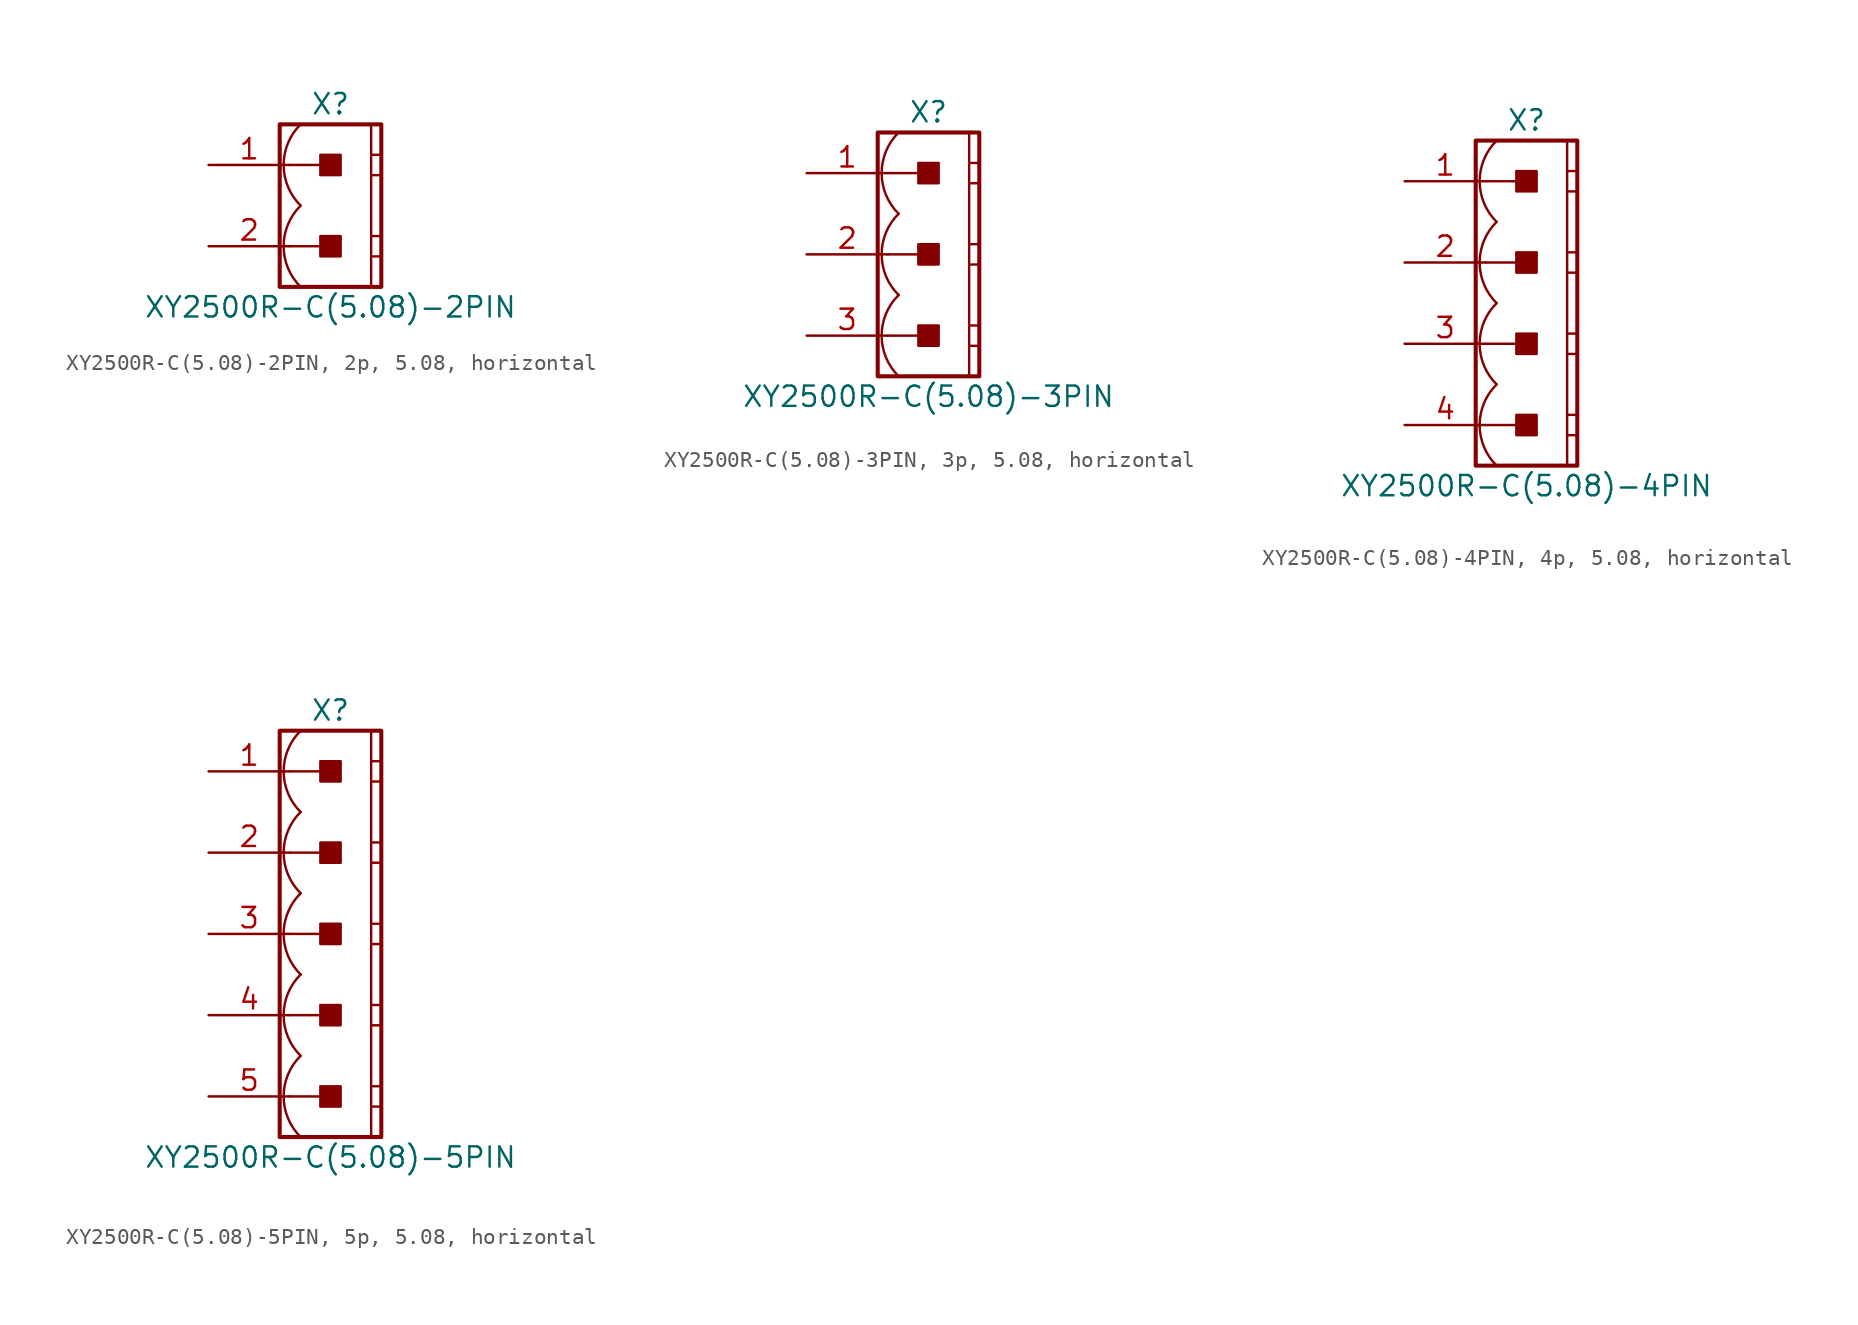
<source format=kicad_sym>
(kicad_symbol_lib
  (version 20241209)
  (generator "kicad_symbol_editor")
  (generator_version "9.0")
  (symbol "XY2500R-C(5.08)-2PIN, 2p, 5.08, horizontal"
    (pin_names
      (offset 1.016)
      (hide yes))
    (property "Reference" "X"
      (at 0 6.35 0)
      (effects (font (size 1.27 1.27))))
    (property "Value" "XY2500R-C(5.08)-2PIN"
      (at 0 -6.35 0)
      (effects (font (size 1.27 1.27))))
    (symbol "XY2500R-C(5.08)-2PIN, 2p, 5.08, horizontal_0_1"
      (polyline (pts (xy 2.54 5.08) (xy 2.54 -5.08)) (stroke (width 0.152) (type default)) (fill (type none)))
      (polyline (pts (xy 2.54 3.175) (xy 3.175 3.175)) (stroke (width 0.152) (type default)) (fill (type none)))
      (polyline (pts (xy 2.54 1.905) (xy 3.175 1.905)) (stroke (width 0.152) (type default)) (fill (type none)))
      (polyline (pts (xy 2.54 -1.905) (xy 3.175 -1.905)) (stroke (width 0.152) (type default)) (fill (type none)))
      (polyline (pts (xy 2.54 -3.175) (xy 3.175 -3.175)) (stroke (width 0.152) (type default)) (fill (type none))))
    (symbol "XY2500R-C(5.08)-2PIN, 2p, 5.08, horizontal_1_0"
      (polyline (pts (xy -2.54 2.54) (xy 0 2.54)) (stroke (width 0.152) (type default)) (fill (type none)))
      (polyline (pts (xy -2.54 -2.54) (xy 0 -2.54)) (stroke (width 0.152) (type default)) (fill (type none))))
    (symbol "XY2500R-C(5.08)-2PIN, 2p, 5.08, horizontal_1_1"
      (rectangle (start -3.175 5.08) (end 3.175 -5.08) (stroke (width 0.254) (type default)) (fill (type none)))
      (rectangle (start -0.635 1.905) (end 0.635 3.175) (stroke (width 0.152) (type default)) (fill (type outline)))
      (rectangle (start -0.635 -3.175) (end 0.635 -1.905) (stroke (width 0.152) (type default)) (fill (type outline)))
      (arc (start -1.8664 0) (mid -2.9299 2.54) (end -1.8664 5.08) (stroke (width 0.1524) (type default)) (fill (type none)))
      (arc (start -1.8664 -5.08) (mid -2.9299 -2.54) (end -1.8664 0) (stroke (width 0.1524) (type default)) (fill (type none)))
      (pin passive line (at -7.62 2.54 0) (length 5.08) (name "1" (effects (font (size 1.27 1.27)))) (number "1" (effects (font (size 1.27 1.27)))))
      (pin passive line (at -7.62 -2.54 0) (length 5.08) (name "2" (effects (font (size 1.27 1.27)))) (number "2" (effects (font (size 1.27 1.27)))))))
  (symbol "XY2500R-C(5.08)-3PIN, 3p, 5.08, horizontal"
    (pin_names
      (offset 1.016)
      (hide yes))
    (property "Reference" "X"
      (at 0 8.89 0)
      (effects (font (size 1.27 1.27))))
    (property "Value" "XY2500R-C(5.08)-3PIN"
      (at 0 -8.89 0)
      (effects (font (size 1.27 1.27))))
    (symbol "XY2500R-C(5.08)-3PIN, 3p, 5.08, horizontal_0_1"
      (polyline (pts (xy 2.54 7.62) (xy 2.54 -7.62)) (stroke (width 0.152) (type default)) (fill (type none)))
      (polyline (pts (xy 2.54 5.715) (xy 3.175 5.715)) (stroke (width 0.152) (type default)) (fill (type none)))
      (polyline (pts (xy 2.54 4.445) (xy 3.175 4.445)) (stroke (width 0.152) (type default)) (fill (type none)))
      (polyline (pts (xy 2.54 0.635) (xy 3.175 0.635)) (stroke (width 0.152) (type default)) (fill (type none)))
      (polyline (pts (xy 2.54 -0.635) (xy 3.175 -0.635)) (stroke (width 0.152) (type default)) (fill (type none)))
      (polyline (pts (xy 2.54 -4.445) (xy 3.175 -4.445)) (stroke (width 0.152) (type default)) (fill (type none)))
      (polyline (pts (xy 2.54 -5.715) (xy 3.175 -5.715)) (stroke (width 0.152) (type default)) (fill (type none))))
    (symbol "XY2500R-C(5.08)-3PIN, 3p, 5.08, horizontal_1_0"
      (polyline (pts (xy -2.54 5.08) (xy 0 5.08)) (stroke (width 0.152) (type default)) (fill (type none)))
      (polyline (pts (xy -2.54 0) (xy 0 0)) (stroke (width 0.152) (type default)) (fill (type none)))
      (polyline (pts (xy -2.54 -5.08) (xy 0 -5.08)) (stroke (width 0.152) (type default)) (fill (type none))))
    (symbol "XY2500R-C(5.08)-3PIN, 3p, 5.08, horizontal_1_1"
      (rectangle (start -3.175 7.62) (end 3.175 -7.62) (stroke (width 0.254) (type default)) (fill (type none)))
      (rectangle (start -0.635 4.445) (end 0.635 5.715) (stroke (width 0.152) (type default)) (fill (type outline)))
      (rectangle (start -0.635 -0.635) (end 0.635 0.635) (stroke (width 0.152) (type default)) (fill (type outline)))
      (rectangle (start -0.635 -5.715) (end 0.635 -4.445) (stroke (width 0.152) (type default)) (fill (type outline)))
      (arc (start -1.8664 2.54) (mid -2.9299 5.08) (end -1.8664 7.62) (stroke (width 0.1524) (type default)) (fill (type none)))
      (arc (start -1.8664 -2.54) (mid -2.9299 0) (end -1.8664 2.54) (stroke (width 0.1524) (type default)) (fill (type none)))
      (arc (start -1.8664 -7.62) (mid -2.9299 -5.08) (end -1.8664 -2.54) (stroke (width 0.1524) (type default)) (fill (type none)))
      (pin passive line (at -7.62 5.08 0) (length 5.08) (name "1" (effects (font (size 1.27 1.27)))) (number "1" (effects (font (size 1.27 1.27)))))
      (pin passive line (at -7.62 0 0) (length 5.08) (name "2" (effects (font (size 1.27 1.27)))) (number "2" (effects (font (size 1.27 1.27)))))
      (pin passive line (at -7.62 -5.08 0) (length 5.08) (name "3" (effects (font (size 1.27 1.27)))) (number "3" (effects (font (size 1.27 1.27)))))))
  (symbol "XY2500R-C(5.08)-4PIN, 4p, 5.08, horizontal"
    (pin_names
      (offset 1.016)
      (hide yes))
    (property "Reference" "X"
      (at 0 11.43 0)
      (effects (font (size 1.27 1.27))))
    (property "Value" "XY2500R-C(5.08)-4PIN"
      (at 0 -11.43 0)
      (effects (font (size 1.27 1.27))))
    (symbol "XY2500R-C(5.08)-4PIN, 4p, 5.08, horizontal_0_1"
      (polyline (pts (xy 2.54 10.16) (xy 2.54 -10.16)) (stroke (width 0.152) (type default)) (fill (type none)))
      (polyline (pts (xy 2.54 8.255) (xy 3.175 8.255)) (stroke (width 0.152) (type default)) (fill (type none)))
      (polyline (pts (xy 2.54 6.985) (xy 3.175 6.985)) (stroke (width 0.152) (type default)) (fill (type none)))
      (polyline (pts (xy 2.54 3.175) (xy 3.175 3.175)) (stroke (width 0.152) (type default)) (fill (type none)))
      (polyline (pts (xy 2.54 1.905) (xy 3.175 1.905)) (stroke (width 0.152) (type default)) (fill (type none)))
      (polyline (pts (xy 2.54 -1.905) (xy 3.175 -1.905)) (stroke (width 0.152) (type default)) (fill (type none)))
      (polyline (pts (xy 2.54 -3.175) (xy 3.175 -3.175)) (stroke (width 0.152) (type default)) (fill (type none)))
      (polyline (pts (xy 2.54 -6.985) (xy 3.175 -6.985)) (stroke (width 0.152) (type default)) (fill (type none)))
      (polyline (pts (xy 2.54 -8.255) (xy 3.175 -8.255)) (stroke (width 0.152) (type default)) (fill (type none))))
    (symbol "XY2500R-C(5.08)-4PIN, 4p, 5.08, horizontal_1_0"
      (polyline (pts (xy -2.54 7.62) (xy 0 7.62)) (stroke (width 0.152) (type default)) (fill (type none)))
      (polyline (pts (xy -2.54 2.54) (xy 0 2.54)) (stroke (width 0.152) (type default)) (fill (type none)))
      (polyline (pts (xy -2.54 -2.54) (xy 0 -2.54)) (stroke (width 0.152) (type default)) (fill (type none)))
      (polyline (pts (xy -2.54 -7.62) (xy 0 -7.62)) (stroke (width 0.152) (type default)) (fill (type none))))
    (symbol "XY2500R-C(5.08)-4PIN, 4p, 5.08, horizontal_1_1"
      (rectangle (start -3.175 10.16) (end 3.175 -10.16) (stroke (width 0.254) (type default)) (fill (type none)))
      (rectangle (start -0.635 6.985) (end 0.635 8.255) (stroke (width 0.152) (type default)) (fill (type outline)))
      (rectangle (start -0.635 1.905) (end 0.635 3.175) (stroke (width 0.152) (type default)) (fill (type outline)))
      (rectangle (start -0.635 -3.175) (end 0.635 -1.905) (stroke (width 0.152) (type default)) (fill (type outline)))
      (rectangle (start -0.635 -8.255) (end 0.635 -6.985) (stroke (width 0.152) (type default)) (fill (type outline)))
      (arc (start -1.8664 5.08) (mid -2.9299 7.62) (end -1.8664 10.16) (stroke (width 0.1524) (type default)) (fill (type none)))
      (arc (start -1.8664 0) (mid -2.9299 2.54) (end -1.8664 5.08) (stroke (width 0.1524) (type default)) (fill (type none)))
      (arc (start -1.8664 -5.08) (mid -2.9299 -2.54) (end -1.8664 0) (stroke (width 0.1524) (type default)) (fill (type none)))
      (arc (start -1.8664 -10.16) (mid -2.9299 -7.62) (end -1.8664 -5.08) (stroke (width 0.1524) (type default)) (fill (type none)))
      (pin passive line (at -7.62 7.62 0) (length 5.08) (name "1" (effects (font (size 1.27 1.27)))) (number "1" (effects (font (size 1.27 1.27)))))
      (pin passive line (at -7.62 2.54 0) (length 5.08) (name "2" (effects (font (size 1.27 1.27)))) (number "2" (effects (font (size 1.27 1.27)))))
      (pin passive line (at -7.62 -2.54 0) (length 5.08) (name "3" (effects (font (size 1.27 1.27)))) (number "3" (effects (font (size 1.27 1.27)))))
      (pin passive line (at -7.62 -7.62 0) (length 5.08) (name "4" (effects (font (size 1.27 1.27)))) (number "4" (effects (font (size 1.27 1.27)))))))
  (symbol "XY2500R-C(5.08)-5PIN, 5p, 5.08, horizontal"
    (pin_names
      (offset 1.016)
      (hide yes))
    (property "Reference" "X"
      (at 0 13.97 0)
      (effects (font (size 1.27 1.27))))
    (property "Value" "XY2500R-C(5.08)-5PIN"
      (at 0 -13.97 0)
      (effects (font (size 1.27 1.27))))
    (symbol "XY2500R-C(5.08)-5PIN, 5p, 5.08, horizontal_0_1"
      (polyline (pts (xy 2.54 12.7) (xy 2.54 -12.7)) (stroke (width 0.152) (type default)) (fill (type none)))
      (polyline (pts (xy 2.54 10.795) (xy 3.175 10.795)) (stroke (width 0.152) (type default)) (fill (type none)))
      (polyline (pts (xy 2.54 9.525) (xy 3.175 9.525)) (stroke (width 0.152) (type default)) (fill (type none)))
      (polyline (pts (xy 2.54 5.715) (xy 3.175 5.715)) (stroke (width 0.152) (type default)) (fill (type none)))
      (polyline (pts (xy 2.54 4.445) (xy 3.175 4.445)) (stroke (width 0.152) (type default)) (fill (type none)))
      (polyline (pts (xy 2.54 0.635) (xy 3.175 0.635)) (stroke (width 0.152) (type default)) (fill (type none)))
      (polyline (pts (xy 2.54 -0.635) (xy 3.175 -0.635)) (stroke (width 0.152) (type default)) (fill (type none)))
      (polyline (pts (xy 2.54 -4.445) (xy 3.175 -4.445)) (stroke (width 0.152) (type default)) (fill (type none)))
      (polyline (pts (xy 2.54 -5.715) (xy 3.175 -5.715)) (stroke (width 0.152) (type default)) (fill (type none)))
      (polyline (pts (xy 2.54 -9.525) (xy 3.175 -9.525)) (stroke (width 0.152) (type default)) (fill (type none)))
      (polyline (pts (xy 2.54 -10.795) (xy 3.175 -10.795)) (stroke (width 0.152) (type default)) (fill (type none))))
    (symbol "XY2500R-C(5.08)-5PIN, 5p, 5.08, horizontal_1_0"
      (polyline (pts (xy -2.54 10.16) (xy 0 10.16)) (stroke (width 0.152) (type default)) (fill (type none)))
      (polyline (pts (xy -2.54 5.08) (xy 0 5.08)) (stroke (width 0.152) (type default)) (fill (type none)))
      (polyline (pts (xy -2.54 0) (xy 0 0)) (stroke (width 0.152) (type default)) (fill (type none)))
      (polyline (pts (xy -2.54 -5.08) (xy 0 -5.08)) (stroke (width 0.152) (type default)) (fill (type none)))
      (polyline (pts (xy -2.54 -10.16) (xy 0 -10.16)) (stroke (width 0.152) (type default)) (fill (type none))))
    (symbol "XY2500R-C(5.08)-5PIN, 5p, 5.08, horizontal_1_1"
      (rectangle (start -3.175 12.7) (end 3.175 -12.7) (stroke (width 0.254) (type default)) (fill (type none)))
      (rectangle (start -0.635 9.525) (end 0.635 10.795) (stroke (width 0.152) (type default)) (fill (type outline)))
      (rectangle (start -0.635 4.445) (end 0.635 5.715) (stroke (width 0.152) (type default)) (fill (type outline)))
      (rectangle (start -0.635 -0.635) (end 0.635 0.635) (stroke (width 0.152) (type default)) (fill (type outline)))
      (rectangle (start -0.635 -5.715) (end 0.635 -4.445) (stroke (width 0.152) (type default)) (fill (type outline)))
      (rectangle (start -0.635 -10.795) (end 0.635 -9.525) (stroke (width 0.152) (type default)) (fill (type outline)))
      (arc (start -1.8664 7.62) (mid -2.9299 10.16) (end -1.8664 12.7) (stroke (width 0.1524) (type default)) (fill (type none)))
      (arc (start -1.8664 2.54) (mid -2.9299 5.08) (end -1.8664 7.62) (stroke (width 0.1524) (type default)) (fill (type none)))
      (arc (start -1.8664 -2.54) (mid -2.9299 0) (end -1.8664 2.54) (stroke (width 0.1524) (type default)) (fill (type none)))
      (arc (start -1.8664 -7.62) (mid -2.9299 -5.08) (end -1.8664 -2.54) (stroke (width 0.1524) (type default)) (fill (type none)))
      (arc (start -1.8664 -12.7) (mid -2.9299 -10.16) (end -1.8664 -7.62) (stroke (width 0.1524) (type default)) (fill (type none)))
      (pin passive line (at -7.62 10.16 0) (length 5.08) (name "1" (effects (font (size 1.27 1.27)))) (number "1" (effects (font (size 1.27 1.27)))))
      (pin passive line (at -7.62 5.08 0) (length 5.08) (name "2" (effects (font (size 1.27 1.27)))) (number "2" (effects (font (size 1.27 1.27)))))
      (pin passive line (at -7.62 0 0) (length 5.08) (name "3" (effects (font (size 1.27 1.27)))) (number "3" (effects (font (size 1.27 1.27)))))
      (pin passive line (at -7.62 -5.08 0) (length 5.08) (name "4" (effects (font (size 1.27 1.27)))) (number "4" (effects (font (size 1.27 1.27)))))
      (pin passive line (at -7.62 -10.16 0) (length 5.08) (name "5" (effects (font (size 1.27 1.27)))) (number "5" (effects (font (size 1.27 1.27))))))))
</source>
